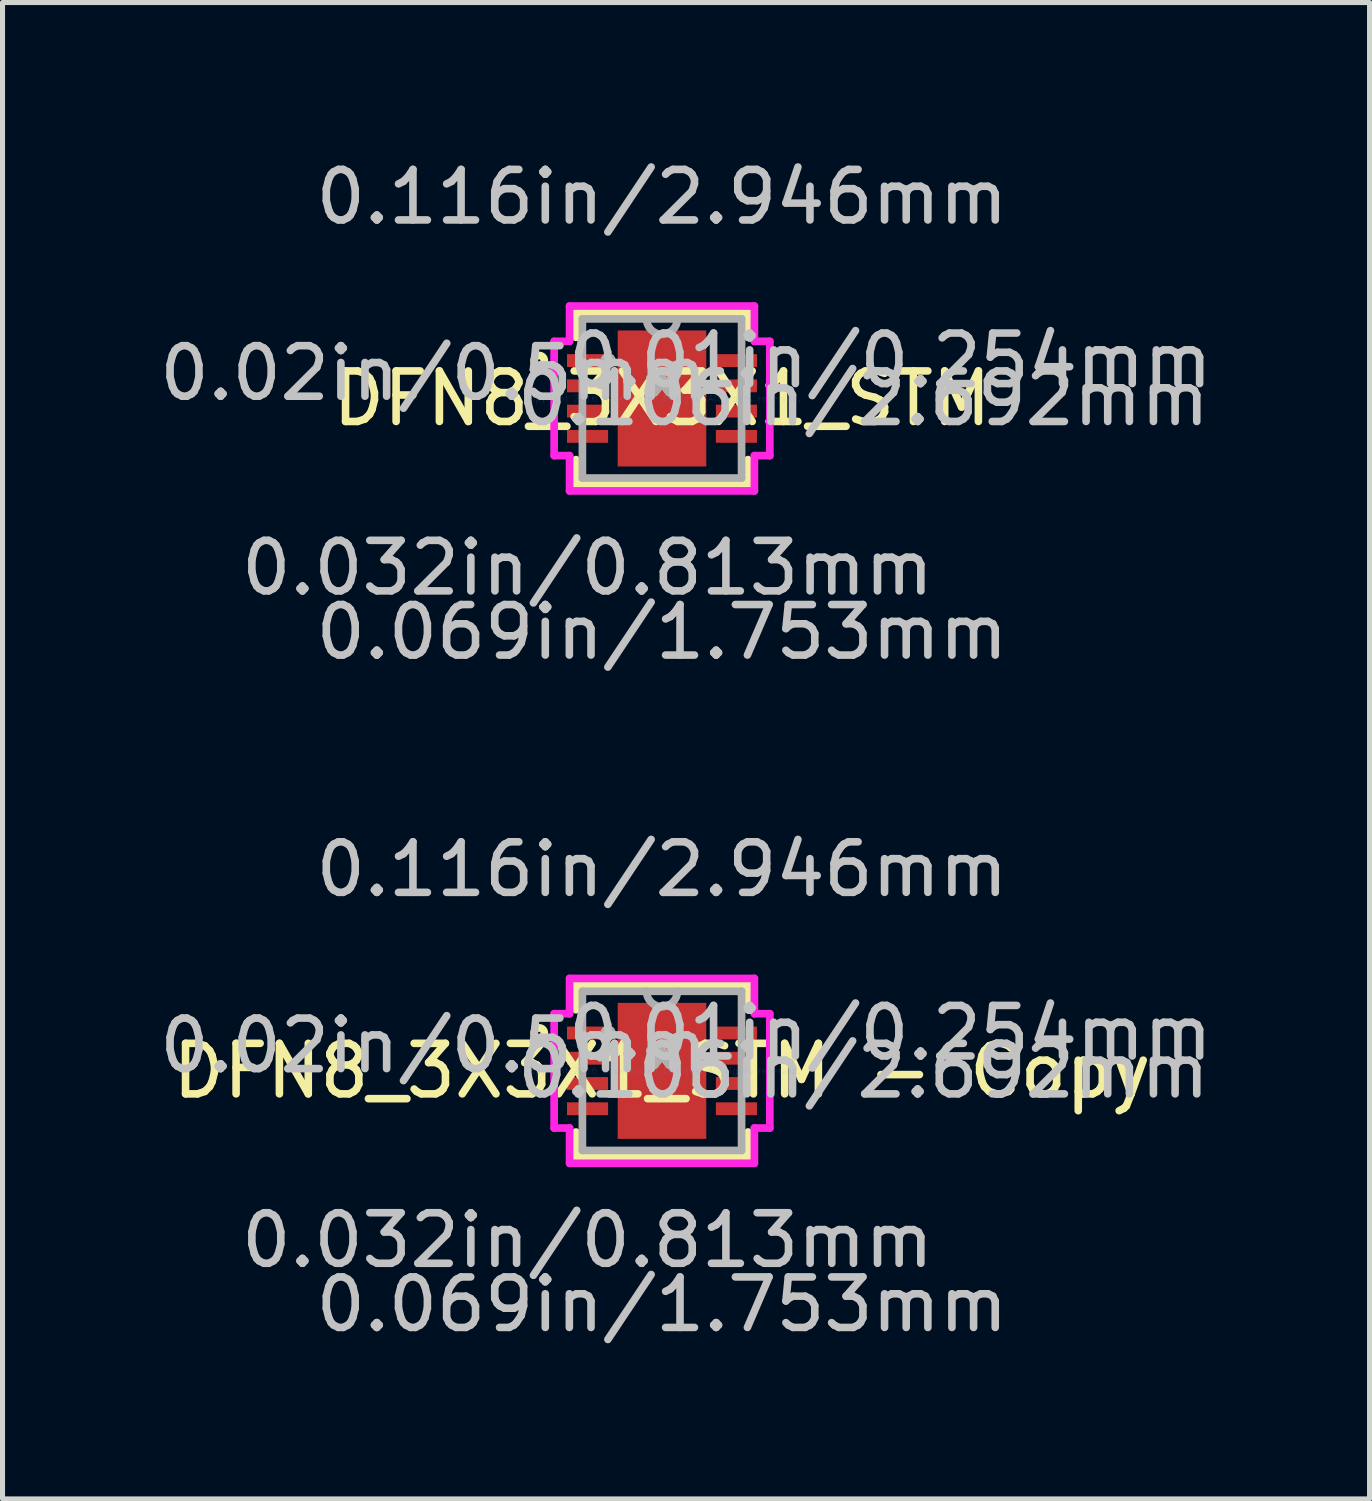
<source format=kicad_pcb>
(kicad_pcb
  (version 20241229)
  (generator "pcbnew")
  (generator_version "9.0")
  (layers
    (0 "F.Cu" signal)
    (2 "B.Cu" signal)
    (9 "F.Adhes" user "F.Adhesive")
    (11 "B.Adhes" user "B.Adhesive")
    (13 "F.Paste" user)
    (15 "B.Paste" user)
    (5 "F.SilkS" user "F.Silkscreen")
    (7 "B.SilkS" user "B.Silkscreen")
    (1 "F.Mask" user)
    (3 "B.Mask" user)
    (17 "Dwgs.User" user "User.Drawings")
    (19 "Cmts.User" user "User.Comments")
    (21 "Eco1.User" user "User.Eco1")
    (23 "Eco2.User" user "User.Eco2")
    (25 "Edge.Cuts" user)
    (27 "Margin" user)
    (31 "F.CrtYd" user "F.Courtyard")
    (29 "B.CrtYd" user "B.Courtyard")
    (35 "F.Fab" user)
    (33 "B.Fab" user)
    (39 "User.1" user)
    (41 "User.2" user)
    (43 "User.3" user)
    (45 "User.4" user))
  (footprint "DFN8_3X3X1_STM - Copy"
    (layer "F.Cu")
    (at 10.051 18.143)
    (property "Reference" "DFN8_3X3X1_STM - Copy" (at 0 0 0) (layer "F.SilkS") (effects (font (size 1 1) (thickness 0.15))))
    (attr through_hole)
    (fp_line (start -1.702 -1.702) (end -1.702 -1.21) (stroke (width 0.152) (type solid)) (layer "F.SilkS"))
    (fp_line (start -1.702 1.21) (end -1.702 1.702) (stroke (width 0.152) (type solid)) (layer "F.SilkS"))
    (fp_line (start -1.702 1.702) (end 1.702 1.702) (stroke (width 0.152) (type solid)) (layer "F.SilkS"))
    (fp_line (start 1.702 -1.702) (end -1.702 -1.702) (stroke (width 0.152) (type solid)) (layer "F.SilkS"))
    (fp_line (start 1.702 -1.21) (end 1.702 -1.702) (stroke (width 0.152) (type solid)) (layer "F.SilkS"))
    (fp_line (start 1.702 1.702) (end 1.702 1.21) (stroke (width 0.152) (type solid)) (layer "F.SilkS"))
    (fp_circle (center -2.43 -0.75) (end -2.329 -0.75) (stroke (width 0.152) (type solid)) (fill no) (layer "F.SilkS"))
    (fp_line (start -0.776 -1.246) (end -0.776 -0.1) (stroke (width 0.152) (type solid)) (layer "F.Paste"))
    (fp_line (start -0.776 -0.1) (end 0.776 -0.1) (stroke (width 0.152) (type solid)) (layer "F.Paste"))
    (fp_line (start -0.776 0.1) (end -0.776 1.246) (stroke (width 0.152) (type solid)) (layer "F.Paste"))
    (fp_line (start -0.776 1.246) (end 0.776 1.246) (stroke (width 0.152) (type solid)) (layer "F.Paste"))
    (fp_line (start 0.776 -1.246) (end -0.776 -1.246) (stroke (width 0.152) (type solid)) (layer "F.Paste"))
    (fp_line (start 0.776 -0.1) (end 0.776 -1.246) (stroke (width 0.152) (type solid)) (layer "F.Paste"))
    (fp_line (start 0.776 0.1) (end -0.776 0.1) (stroke (width 0.152) (type solid)) (layer "F.Paste"))
    (fp_line (start 0.776 1.246) (end 0.776 0.1) (stroke (width 0.152) (type solid)) (layer "F.Paste"))
    (fp_line (start -2.134 -1.131) (end -1.829 -1.131) (stroke (width 0.152) (type solid)) (layer "F.CrtYd"))
    (fp_line (start -2.134 1.131) (end -2.134 -1.131) (stroke (width 0.152) (type solid)) (layer "F.CrtYd"))
    (fp_line (start -1.829 -1.829) (end 1.829 -1.829) (stroke (width 0.152) (type solid)) (layer "F.CrtYd"))
    (fp_line (start -1.829 -1.131) (end -1.829 -1.829) (stroke (width 0.152) (type solid)) (layer "F.CrtYd"))
    (fp_line (start -1.829 1.131) (end -2.134 1.131) (stroke (width 0.152) (type solid)) (layer "F.CrtYd"))
    (fp_line (start -1.829 1.829) (end -1.829 1.131) (stroke (width 0.152) (type solid)) (layer "F.CrtYd"))
    (fp_line (start 1.829 -1.829) (end 1.829 -1.131) (stroke (width 0.152) (type solid)) (layer "F.CrtYd"))
    (fp_line (start 1.829 -1.131) (end 2.134 -1.131) (stroke (width 0.152) (type solid)) (layer "F.CrtYd"))
    (fp_line (start 1.829 1.131) (end 1.829 1.829) (stroke (width 0.152) (type solid)) (layer "F.CrtYd"))
    (fp_line (start 1.829 1.829) (end -1.829 1.829) (stroke (width 0.152) (type solid)) (layer "F.CrtYd"))
    (fp_line (start 2.134 -1.131) (end 2.134 1.131) (stroke (width 0.152) (type solid)) (layer "F.CrtYd"))
    (fp_line (start 2.134 1.131) (end 1.829 1.131) (stroke (width 0.152) (type solid)) (layer "F.CrtYd"))
    (fp_line (start -1.575 -1.575) (end -1.575 1.575) (stroke (width 0.152) (type solid)) (layer "F.Fab"))
    (fp_line (start -1.575 1.575) (end 1.575 1.575) (stroke (width 0.152) (type solid)) (layer "F.Fab"))
    (fp_line (start 1.575 -1.575) (end -1.575 -1.575) (stroke (width 0.152) (type solid)) (layer "F.Fab"))
    (fp_line (start 1.575 1.575) (end 1.575 -1.575) (stroke (width 0.152) (type solid)) (layer "F.Fab"))
    (fp_arc (start 0.3048 -1.5748) (mid 0 -1.27) (end -0.3048 -1.5748) (stroke (width 0.1524) (type solid)) (layer "F.Fab"))
    (fp_circle (center -1.067 -0.75) (end -0.991 -0.75) (stroke (width 0.152) (type solid)) (fill no) (layer "F.Fab"))
    (fp_text user "*" (at 0 0 0) (layer "F.SilkS") (effects (font (size 1 1) (thickness 0.15))))
    (fp_text user "0.116in/2.946mm" (at 0 -3.988 0) (layer "Dwgs.User") (effects (font (size 1 1) (thickness 0.15))))
    (fp_text user "0.01in/0.254mm" (at 4.521 -0.75 0) (layer "Dwgs.User") (effects (font (size 1 1) (thickness 0.15))))
    (fp_text user "0.069in/1.753mm" (at 0 4.623 0) (layer "Dwgs.User") (effects (font (size 1 1) (thickness 0.15))))
    (fp_text user "0.032in/0.813mm" (at -1.473 3.353 0) (layer "Dwgs.User") (effects (font (size 1 1) (thickness 0.15))))
    (fp_text user "0.106in/2.692mm" (at 3.988 0 0) (layer "Dwgs.User") (effects (font (size 1 1) (thickness 0.15))))
    (fp_text user "0.02in/0.5mm" (at -4.521 -0.5 0) (layer "Dwgs.User") (effects (font (size 1 1) (thickness 0.15))))
    (fp_text user "Copyright 2016 Accelerated Designs. All rights reserved." (at 0 0 0) (layer "Cmts.User") (effects (font (size 0.127 0.127) (thickness 0.002))))
    (fp_text user "*" (at 0 0 0) (layer "F.Fab") (effects (font (size 1 1) (thickness 0.15))))
    (pad "1" smd rect (at -1.473 -0.75) (size 0.813 0.254) (layers "F.Cu" "F.Mask" "F.Paste"))
    (pad "2" smd rect (at -1.473 -0.25) (size 0.813 0.254) (layers "F.Cu" "F.Mask" "F.Paste"))
    (pad "3" smd rect (at -1.473 0.25) (size 0.813 0.254) (layers "F.Cu" "F.Mask" "F.Paste"))
    (pad "4" smd rect (at -1.473 0.75) (size 0.813 0.254) (layers "F.Cu" "F.Mask" "F.Paste"))
    (pad "5" smd rect (at 1.473 0.75) (size 0.813 0.254) (layers "F.Cu" "F.Mask" "F.Paste"))
    (pad "6" smd rect (at 1.473 0.25) (size 0.813 0.254) (layers "F.Cu" "F.Mask" "F.Paste"))
    (pad "7" smd rect (at 1.473 -0.25) (size 0.813 0.254) (layers "F.Cu" "F.Mask" "F.Paste"))
    (pad "8" smd rect (at 1.473 -0.75) (size 0.813 0.254) (layers "F.Cu" "F.Mask" "F.Paste"))
    (pad "9" smd rect (at 0 0) (size 1.753 2.692) (layers "F.Cu" "F.Mask")))
  (footprint "DFN8_3X3X1_STM"
    (layer "F.Cu")
    (at 10.051 4.836)
    (property "Reference" "DFN8_3X3X1_STM" (at 0 0 0) (layer "F.SilkS") (effects (font (size 1 1) (thickness 0.15))))
    (attr through_hole)
    (fp_line (start -1.702 -1.702) (end -1.702 -1.21) (stroke (width 0.152) (type solid)) (layer "F.SilkS"))
    (fp_line (start -1.702 1.21) (end -1.702 1.702) (stroke (width 0.152) (type solid)) (layer "F.SilkS"))
    (fp_line (start -1.702 1.702) (end 1.702 1.702) (stroke (width 0.152) (type solid)) (layer "F.SilkS"))
    (fp_line (start 1.702 -1.702) (end -1.702 -1.702) (stroke (width 0.152) (type solid)) (layer "F.SilkS"))
    (fp_line (start 1.702 -1.21) (end 1.702 -1.702) (stroke (width 0.152) (type solid)) (layer "F.SilkS"))
    (fp_line (start 1.702 1.702) (end 1.702 1.21) (stroke (width 0.152) (type solid)) (layer "F.SilkS"))
    (fp_circle (center -2.43 -0.75) (end -2.329 -0.75) (stroke (width 0.152) (type solid)) (fill no) (layer "F.SilkS"))
    (fp_line (start -2.134 -1.131) (end -1.829 -1.131) (stroke (width 0.152) (type solid)) (layer "F.CrtYd"))
    (fp_line (start -2.134 1.131) (end -2.134 -1.131) (stroke (width 0.152) (type solid)) (layer "F.CrtYd"))
    (fp_line (start -1.829 -1.829) (end 1.829 -1.829) (stroke (width 0.152) (type solid)) (layer "F.CrtYd"))
    (fp_line (start -1.829 -1.131) (end -1.829 -1.829) (stroke (width 0.152) (type solid)) (layer "F.CrtYd"))
    (fp_line (start -1.829 1.131) (end -2.134 1.131) (stroke (width 0.152) (type solid)) (layer "F.CrtYd"))
    (fp_line (start -1.829 1.829) (end -1.829 1.131) (stroke (width 0.152) (type solid)) (layer "F.CrtYd"))
    (fp_line (start 1.829 -1.829) (end 1.829 -1.131) (stroke (width 0.152) (type solid)) (layer "F.CrtYd"))
    (fp_line (start 1.829 -1.131) (end 2.134 -1.131) (stroke (width 0.152) (type solid)) (layer "F.CrtYd"))
    (fp_line (start 1.829 1.131) (end 1.829 1.829) (stroke (width 0.152) (type solid)) (layer "F.CrtYd"))
    (fp_line (start 1.829 1.829) (end -1.829 1.829) (stroke (width 0.152) (type solid)) (layer "F.CrtYd"))
    (fp_line (start 2.134 -1.131) (end 2.134 1.131) (stroke (width 0.152) (type solid)) (layer "F.CrtYd"))
    (fp_line (start 2.134 1.131) (end 1.829 1.131) (stroke (width 0.152) (type solid)) (layer "F.CrtYd"))
    (fp_line (start -1.575 -1.575) (end -1.575 1.575) (stroke (width 0.152) (type solid)) (layer "F.Fab"))
    (fp_line (start -1.575 1.575) (end 1.575 1.575) (stroke (width 0.152) (type solid)) (layer "F.Fab"))
    (fp_line (start 1.575 -1.575) (end -1.575 -1.575) (stroke (width 0.152) (type solid)) (layer "F.Fab"))
    (fp_line (start 1.575 1.575) (end 1.575 -1.575) (stroke (width 0.152) (type solid)) (layer "F.Fab"))
    (fp_arc (start 0.3048 -1.5748) (mid 0 -1.27) (end -0.3048 -1.5748) (stroke (width 0.1524) (type solid)) (layer "F.Fab"))
    (fp_circle (center -1.067 -0.75) (end -0.991 -0.75) (stroke (width 0.152) (type solid)) (fill no) (layer "F.Fab"))
    (fp_text user "*" (at 0 0 0) (layer "F.SilkS") (effects (font (size 1 1) (thickness 0.15))))
    (fp_text user "0.032in/0.813mm" (at -1.473 3.353 0) (layer "Dwgs.User") (effects (font (size 1 1) (thickness 0.15))))
    (fp_text user "0.02in/0.5mm" (at -4.521 -0.5 0) (layer "Dwgs.User") (effects (font (size 1 1) (thickness 0.15))))
    (fp_text user "0.106in/2.692mm" (at 3.988 0 0) (layer "Dwgs.User") (effects (font (size 1 1) (thickness 0.15))))
    (fp_text user "0.01in/0.254mm" (at 4.521 -0.75 0) (layer "Dwgs.User") (effects (font (size 1 1) (thickness 0.15))))
    (fp_text user "0.069in/1.753mm" (at 0 4.623 0) (layer "Dwgs.User") (effects (font (size 1 1) (thickness 0.15))))
    (fp_text user "0.116in/2.946mm" (at 0 -3.988 0) (layer "Dwgs.User") (effects (font (size 1 1) (thickness 0.15))))
    (fp_text user "Copyright 2016 Accelerated Designs. All rights reserved." (at 0 0 0) (layer "Cmts.User") (effects (font (size 0.127 0.127) (thickness 0.002))))
    (fp_text user "*" (at 0 0 0) (layer "F.Fab") (effects (font (size 1 1) (thickness 0.15))))
    (pad "1" smd rect (at -1.473 -0.75) (size 0.813 0.254) (layers "F.Cu" "F.Mask" "F.Paste"))
    (pad "2" smd rect (at -1.473 -0.25) (size 0.813 0.254) (layers "F.Cu" "F.Mask" "F.Paste"))
    (pad "3" smd rect (at -1.473 0.25) (size 0.813 0.254) (layers "F.Cu" "F.Mask" "F.Paste"))
    (pad "4" smd rect (at -1.473 0.75) (size 0.813 0.254) (layers "F.Cu" "F.Mask" "F.Paste"))
    (pad "5" smd rect (at 1.473 0.75) (size 0.813 0.254) (layers "F.Cu" "F.Mask" "F.Paste"))
    (pad "6" smd rect (at 1.473 0.25) (size 0.813 0.254) (layers "F.Cu" "F.Mask" "F.Paste"))
    (pad "7" smd rect (at 1.473 -0.25) (size 0.813 0.254) (layers "F.Cu" "F.Mask" "F.Paste"))
    (pad "8" smd rect (at 1.473 -0.75) (size 0.813 0.254) (layers "F.Cu" "F.Mask" "F.Paste"))
    (pad "9" smd rect (at 0 0) (size 1.753 2.692) (layers "F.Cu" "F.Mask" "F.Paste")))
  (gr_rect
    (start -3 -3)
    (end 24.054 26.614)
    (stroke (width 0.1) (type default))
    (fill no)
    (layer "Edge.Cuts")))
</source>
